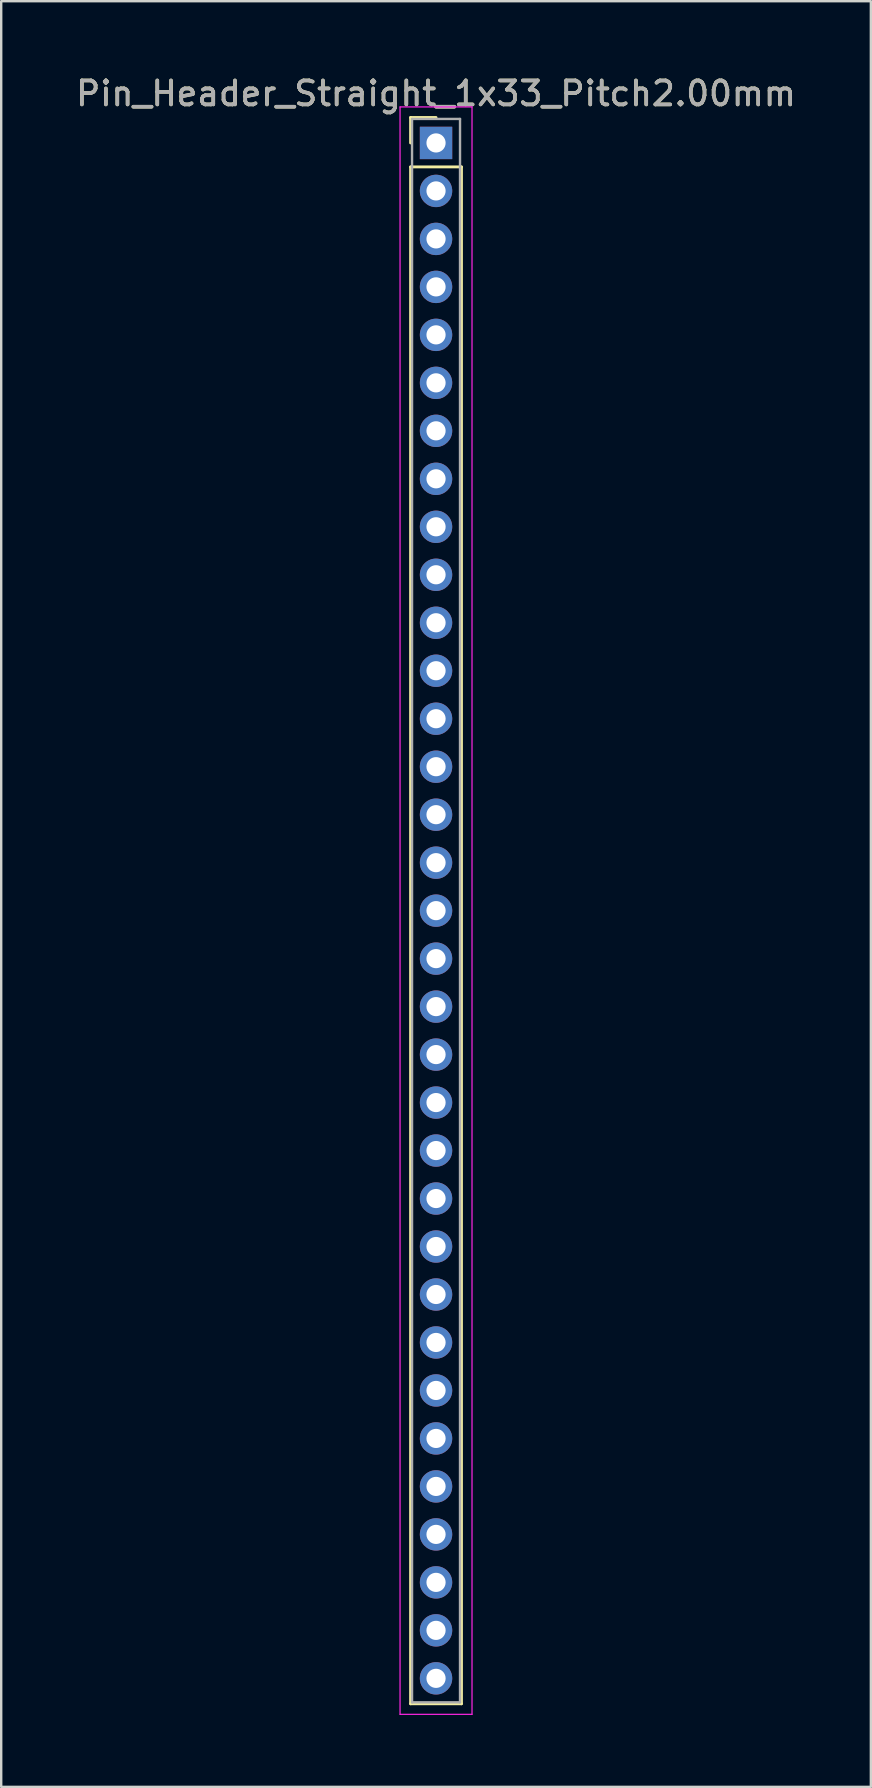
<source format=kicad_pcb>
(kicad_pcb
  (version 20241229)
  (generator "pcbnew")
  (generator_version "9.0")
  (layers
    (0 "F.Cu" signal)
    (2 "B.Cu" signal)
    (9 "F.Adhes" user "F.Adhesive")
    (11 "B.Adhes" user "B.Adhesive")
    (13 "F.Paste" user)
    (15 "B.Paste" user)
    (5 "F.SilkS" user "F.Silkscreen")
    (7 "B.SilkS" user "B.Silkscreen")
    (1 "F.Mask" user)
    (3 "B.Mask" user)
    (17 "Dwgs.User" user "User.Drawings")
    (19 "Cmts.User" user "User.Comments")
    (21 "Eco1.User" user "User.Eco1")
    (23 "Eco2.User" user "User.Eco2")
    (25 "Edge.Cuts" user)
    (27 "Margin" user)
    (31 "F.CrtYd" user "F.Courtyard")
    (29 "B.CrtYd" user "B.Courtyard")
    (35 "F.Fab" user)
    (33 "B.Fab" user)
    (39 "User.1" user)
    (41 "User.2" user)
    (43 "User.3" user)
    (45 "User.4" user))
  (footprint "Pin_Header_Straight_1x33_Pitch2.00mm"
    (layer "F.Cu")
    (at 15.125 2.908)
    (property "Reference" "Pin_Header_Straight_1x33_Pitch2.00mm" (at 0 -2.06 0) (layer "F.SilkS") (effects (font (size 1 1) (thickness 0.15))))
    (attr through_hole)
    (fp_line (start -1.06 -1.06) (end 0 -1.06) (stroke (width 0.12) (type solid)) (layer "F.SilkS"))
    (fp_line (start -1.06 0) (end -1.06 -1.06) (stroke (width 0.12) (type solid)) (layer "F.SilkS"))
    (fp_line (start -1.06 1) (end -1.06 65.06) (stroke (width 0.12) (type solid)) (layer "F.SilkS"))
    (fp_line (start -1.06 65.06) (end 1.06 65.06) (stroke (width 0.12) (type solid)) (layer "F.SilkS"))
    (fp_line (start 1.06 1) (end -1.06 1) (stroke (width 0.12) (type solid)) (layer "F.SilkS"))
    (fp_line (start 1.06 65.06) (end 1.06 1) (stroke (width 0.12) (type solid)) (layer "F.SilkS"))
    (fp_line (start -1.5 -1.5) (end -1.5 65.5) (stroke (width 0.05) (type solid)) (layer "F.CrtYd"))
    (fp_line (start -1.5 65.5) (end 1.5 65.5) (stroke (width 0.05) (type solid)) (layer "F.CrtYd"))
    (fp_line (start 1.5 -1.5) (end -1.5 -1.5) (stroke (width 0.05) (type solid)) (layer "F.CrtYd"))
    (fp_line (start 1.5 65.5) (end 1.5 -1.5) (stroke (width 0.05) (type solid)) (layer "F.CrtYd"))
    (fp_line (start -1 -1) (end -1 65) (stroke (width 0.1) (type solid)) (layer "F.Fab"))
    (fp_line (start -1 65) (end 1 65) (stroke (width 0.1) (type solid)) (layer "F.Fab"))
    (fp_line (start 1 -1) (end -1 -1) (stroke (width 0.1) (type solid)) (layer "F.Fab"))
    (fp_line (start 1 65) (end 1 -1) (stroke (width 0.1) (type solid)) (layer "F.Fab"))
    (fp_text user "${REFERENCE}" (at 0 -2.06 0) (layer "F.Fab") (effects (font (size 1 1) (thickness 0.15))))
    (pad "1" thru_hole rect (at 0 0) (size 1.35 1.35) (drill 0.8) (layers "*.Cu" "*.Mask"))
    (pad "2" thru_hole oval (at 0 2) (size 1.35 1.35) (drill 0.8) (layers "*.Cu" "*.Mask"))
    (pad "3" thru_hole oval (at 0 4) (size 1.35 1.35) (drill 0.8) (layers "*.Cu" "*.Mask"))
    (pad "4" thru_hole oval (at 0 6) (size 1.35 1.35) (drill 0.8) (layers "*.Cu" "*.Mask"))
    (pad "5" thru_hole oval (at 0 8) (size 1.35 1.35) (drill 0.8) (layers "*.Cu" "*.Mask"))
    (pad "6" thru_hole oval (at 0 10) (size 1.35 1.35) (drill 0.8) (layers "*.Cu" "*.Mask"))
    (pad "7" thru_hole oval (at 0 12) (size 1.35 1.35) (drill 0.8) (layers "*.Cu" "*.Mask"))
    (pad "8" thru_hole oval (at 0 14) (size 1.35 1.35) (drill 0.8) (layers "*.Cu" "*.Mask"))
    (pad "9" thru_hole oval (at 0 16) (size 1.35 1.35) (drill 0.8) (layers "*.Cu" "*.Mask"))
    (pad "10" thru_hole oval (at 0 18) (size 1.35 1.35) (drill 0.8) (layers "*.Cu" "*.Mask"))
    (pad "11" thru_hole oval (at 0 20) (size 1.35 1.35) (drill 0.8) (layers "*.Cu" "*.Mask"))
    (pad "12" thru_hole oval (at 0 22) (size 1.35 1.35) (drill 0.8) (layers "*.Cu" "*.Mask"))
    (pad "13" thru_hole oval (at 0 24) (size 1.35 1.35) (drill 0.8) (layers "*.Cu" "*.Mask"))
    (pad "14" thru_hole oval (at 0 26) (size 1.35 1.35) (drill 0.8) (layers "*.Cu" "*.Mask"))
    (pad "15" thru_hole oval (at 0 28) (size 1.35 1.35) (drill 0.8) (layers "*.Cu" "*.Mask"))
    (pad "16" thru_hole oval (at 0 30) (size 1.35 1.35) (drill 0.8) (layers "*.Cu" "*.Mask"))
    (pad "17" thru_hole oval (at 0 32) (size 1.35 1.35) (drill 0.8) (layers "*.Cu" "*.Mask"))
    (pad "18" thru_hole oval (at 0 34) (size 1.35 1.35) (drill 0.8) (layers "*.Cu" "*.Mask"))
    (pad "19" thru_hole oval (at 0 36) (size 1.35 1.35) (drill 0.8) (layers "*.Cu" "*.Mask"))
    (pad "20" thru_hole oval (at 0 38) (size 1.35 1.35) (drill 0.8) (layers "*.Cu" "*.Mask"))
    (pad "21" thru_hole oval (at 0 40) (size 1.35 1.35) (drill 0.8) (layers "*.Cu" "*.Mask"))
    (pad "22" thru_hole oval (at 0 42) (size 1.35 1.35) (drill 0.8) (layers "*.Cu" "*.Mask"))
    (pad "23" thru_hole oval (at 0 44) (size 1.35 1.35) (drill 0.8) (layers "*.Cu" "*.Mask"))
    (pad "24" thru_hole oval (at 0 46) (size 1.35 1.35) (drill 0.8) (layers "*.Cu" "*.Mask"))
    (pad "25" thru_hole oval (at 0 48) (size 1.35 1.35) (drill 0.8) (layers "*.Cu" "*.Mask"))
    (pad "26" thru_hole oval (at 0 50) (size 1.35 1.35) (drill 0.8) (layers "*.Cu" "*.Mask"))
    (pad "27" thru_hole oval (at 0 52) (size 1.35 1.35) (drill 0.8) (layers "*.Cu" "*.Mask"))
    (pad "28" thru_hole oval (at 0 54) (size 1.35 1.35) (drill 0.8) (layers "*.Cu" "*.Mask"))
    (pad "29" thru_hole oval (at 0 56) (size 1.35 1.35) (drill 0.8) (layers "*.Cu" "*.Mask"))
    (pad "30" thru_hole oval (at 0 58) (size 1.35 1.35) (drill 0.8) (layers "*.Cu" "*.Mask"))
    (pad "31" thru_hole oval (at 0 60) (size 1.35 1.35) (drill 0.8) (layers "*.Cu" "*.Mask"))
    (pad "32" thru_hole oval (at 0 62) (size 1.35 1.35) (drill 0.8) (layers "*.Cu" "*.Mask"))
    (pad "33" thru_hole oval (at 0 64) (size 1.35 1.35) (drill 0.8) (layers "*.Cu" "*.Mask")))
  (gr_rect
    (start -3 -3)
    (end 33.25 71.433)
    (stroke (width 0.1) (type default))
    (fill no)
    (layer "Edge.Cuts")))
</source>
